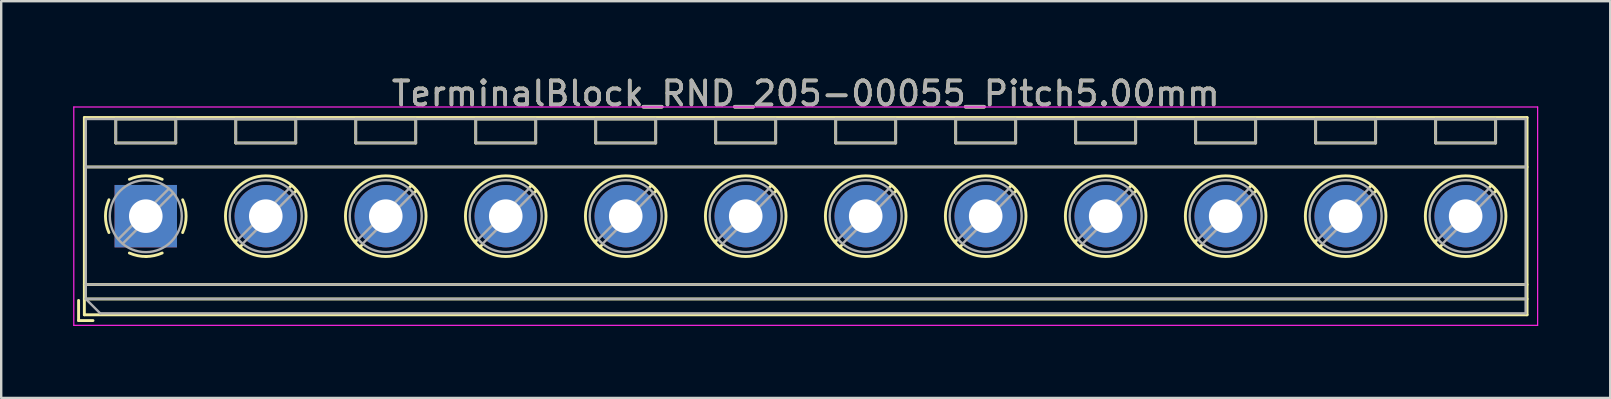
<source format=kicad_pcb>
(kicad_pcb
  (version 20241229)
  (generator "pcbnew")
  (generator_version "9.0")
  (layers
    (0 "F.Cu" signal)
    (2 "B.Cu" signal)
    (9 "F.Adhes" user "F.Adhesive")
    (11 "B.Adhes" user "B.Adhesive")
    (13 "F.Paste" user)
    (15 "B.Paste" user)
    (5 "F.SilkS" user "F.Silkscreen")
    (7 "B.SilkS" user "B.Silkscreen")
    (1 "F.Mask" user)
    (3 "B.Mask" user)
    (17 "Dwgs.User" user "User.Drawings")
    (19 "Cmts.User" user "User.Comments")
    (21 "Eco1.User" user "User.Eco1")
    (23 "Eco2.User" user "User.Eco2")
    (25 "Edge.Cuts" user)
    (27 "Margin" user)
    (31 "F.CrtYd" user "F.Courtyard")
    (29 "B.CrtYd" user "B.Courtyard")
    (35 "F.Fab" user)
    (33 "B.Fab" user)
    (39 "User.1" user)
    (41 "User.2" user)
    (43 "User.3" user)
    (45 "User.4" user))
  (footprint "TerminalBlock_RND_205-00055_Pitch5.00mm"
    (layer "F.Cu")
    (at 3.025 5.958)
    (property "Reference" "TerminalBlock_RND_205-00055_Pitch5.00mm" (at 27.5 -5.11 0) (layer "F.SilkS") (effects (font (size 1 1) (thickness 0.15))))
    (attr through_hole)
    (fp_line (start -2.8 3.51) (end -2.8 4.35) (stroke (width 0.12) (type solid)) (layer "F.SilkS"))
    (fp_line (start -2.8 4.35) (end -2.2 4.35) (stroke (width 0.12) (type solid)) (layer "F.SilkS"))
    (fp_line (start -2.56 -4.11) (end -2.56 4.11) (stroke (width 0.12) (type solid)) (layer "F.SilkS"))
    (fp_line (start -2.56 -2.05) (end 57.56 -2.05) (stroke (width 0.12) (type solid)) (layer "F.SilkS"))
    (fp_line (start -2.56 2.85) (end 57.56 2.85) (stroke (width 0.12) (type solid)) (layer "F.SilkS"))
    (fp_line (start -2.56 3.45) (end 57.56 3.45) (stroke (width 0.12) (type solid)) (layer "F.SilkS"))
    (fp_line (start -2.56 4.11) (end 57.56 4.11) (stroke (width 0.12) (type solid)) (layer "F.SilkS"))
    (fp_line (start -1.25 -4.05) (end -1.25 -3.05) (stroke (width 0.12) (type solid)) (layer "F.SilkS"))
    (fp_line (start -1.25 -4.05) (end 1.25 -4.05) (stroke (width 0.12) (type solid)) (layer "F.SilkS"))
    (fp_line (start -1.25 -3.05) (end 1.25 -3.05) (stroke (width 0.12) (type solid)) (layer "F.SilkS"))
    (fp_line (start 1.25 -4.05) (end 1.25 -3.05) (stroke (width 0.12) (type solid)) (layer "F.SilkS"))
    (fp_line (start 3.75 -4.05) (end 3.75 -3.05) (stroke (width 0.12) (type solid)) (layer "F.SilkS"))
    (fp_line (start 3.75 -4.05) (end 6.25 -4.05) (stroke (width 0.12) (type solid)) (layer "F.SilkS"))
    (fp_line (start 3.75 -3.05) (end 6.25 -3.05) (stroke (width 0.12) (type solid)) (layer "F.SilkS"))
    (fp_line (start 3.82 0.976) (end 3.726 1.069) (stroke (width 0.12) (type solid)) (layer "F.SilkS"))
    (fp_line (start 4.002 1.204) (end 3.931 1.274) (stroke (width 0.12) (type solid)) (layer "F.SilkS"))
    (fp_line (start 6.07 -1.275) (end 5.999 -1.204) (stroke (width 0.12) (type solid)) (layer "F.SilkS"))
    (fp_line (start 6.25 -4.05) (end 6.25 -3.05) (stroke (width 0.12) (type solid)) (layer "F.SilkS"))
    (fp_line (start 6.275 -1.069) (end 6.181 -0.976) (stroke (width 0.12) (type solid)) (layer "F.SilkS"))
    (fp_line (start 8.75 -4.05) (end 8.75 -3.05) (stroke (width 0.12) (type solid)) (layer "F.SilkS"))
    (fp_line (start 8.75 -4.05) (end 11.25 -4.05) (stroke (width 0.12) (type solid)) (layer "F.SilkS"))
    (fp_line (start 8.75 -3.05) (end 11.25 -3.05) (stroke (width 0.12) (type solid)) (layer "F.SilkS"))
    (fp_line (start 8.82 0.976) (end 8.726 1.069) (stroke (width 0.12) (type solid)) (layer "F.SilkS"))
    (fp_line (start 9.002 1.204) (end 8.931 1.274) (stroke (width 0.12) (type solid)) (layer "F.SilkS"))
    (fp_line (start 11.07 -1.275) (end 10.999 -1.204) (stroke (width 0.12) (type solid)) (layer "F.SilkS"))
    (fp_line (start 11.25 -4.05) (end 11.25 -3.05) (stroke (width 0.12) (type solid)) (layer "F.SilkS"))
    (fp_line (start 11.275 -1.069) (end 11.181 -0.976) (stroke (width 0.12) (type solid)) (layer "F.SilkS"))
    (fp_line (start 13.75 -4.05) (end 13.75 -3.05) (stroke (width 0.12) (type solid)) (layer "F.SilkS"))
    (fp_line (start 13.75 -4.05) (end 16.25 -4.05) (stroke (width 0.12) (type solid)) (layer "F.SilkS"))
    (fp_line (start 13.75 -3.05) (end 16.25 -3.05) (stroke (width 0.12) (type solid)) (layer "F.SilkS"))
    (fp_line (start 13.82 0.976) (end 13.726 1.069) (stroke (width 0.12) (type solid)) (layer "F.SilkS"))
    (fp_line (start 14.002 1.204) (end 13.931 1.274) (stroke (width 0.12) (type solid)) (layer "F.SilkS"))
    (fp_line (start 16.07 -1.275) (end 15.999 -1.204) (stroke (width 0.12) (type solid)) (layer "F.SilkS"))
    (fp_line (start 16.25 -4.05) (end 16.25 -3.05) (stroke (width 0.12) (type solid)) (layer "F.SilkS"))
    (fp_line (start 16.275 -1.069) (end 16.181 -0.976) (stroke (width 0.12) (type solid)) (layer "F.SilkS"))
    (fp_line (start 18.75 -4.05) (end 18.75 -3.05) (stroke (width 0.12) (type solid)) (layer "F.SilkS"))
    (fp_line (start 18.75 -4.05) (end 21.25 -4.05) (stroke (width 0.12) (type solid)) (layer "F.SilkS"))
    (fp_line (start 18.75 -3.05) (end 21.25 -3.05) (stroke (width 0.12) (type solid)) (layer "F.SilkS"))
    (fp_line (start 18.82 0.976) (end 18.726 1.069) (stroke (width 0.12) (type solid)) (layer "F.SilkS"))
    (fp_line (start 19.002 1.204) (end 18.931 1.274) (stroke (width 0.12) (type solid)) (layer "F.SilkS"))
    (fp_line (start 21.07 -1.275) (end 20.999 -1.204) (stroke (width 0.12) (type solid)) (layer "F.SilkS"))
    (fp_line (start 21.25 -4.05) (end 21.25 -3.05) (stroke (width 0.12) (type solid)) (layer "F.SilkS"))
    (fp_line (start 21.275 -1.069) (end 21.181 -0.976) (stroke (width 0.12) (type solid)) (layer "F.SilkS"))
    (fp_line (start 23.75 -4.05) (end 23.75 -3.05) (stroke (width 0.12) (type solid)) (layer "F.SilkS"))
    (fp_line (start 23.75 -4.05) (end 26.25 -4.05) (stroke (width 0.12) (type solid)) (layer "F.SilkS"))
    (fp_line (start 23.75 -3.05) (end 26.25 -3.05) (stroke (width 0.12) (type solid)) (layer "F.SilkS"))
    (fp_line (start 23.82 0.976) (end 23.726 1.069) (stroke (width 0.12) (type solid)) (layer "F.SilkS"))
    (fp_line (start 24.002 1.204) (end 23.931 1.274) (stroke (width 0.12) (type solid)) (layer "F.SilkS"))
    (fp_line (start 26.07 -1.275) (end 25.999 -1.204) (stroke (width 0.12) (type solid)) (layer "F.SilkS"))
    (fp_line (start 26.25 -4.05) (end 26.25 -3.05) (stroke (width 0.12) (type solid)) (layer "F.SilkS"))
    (fp_line (start 26.275 -1.069) (end 26.181 -0.976) (stroke (width 0.12) (type solid)) (layer "F.SilkS"))
    (fp_line (start 28.75 -4.05) (end 28.75 -3.05) (stroke (width 0.12) (type solid)) (layer "F.SilkS"))
    (fp_line (start 28.75 -4.05) (end 31.25 -4.05) (stroke (width 0.12) (type solid)) (layer "F.SilkS"))
    (fp_line (start 28.75 -3.05) (end 31.25 -3.05) (stroke (width 0.12) (type solid)) (layer "F.SilkS"))
    (fp_line (start 28.82 0.976) (end 28.726 1.069) (stroke (width 0.12) (type solid)) (layer "F.SilkS"))
    (fp_line (start 29.002 1.204) (end 28.931 1.274) (stroke (width 0.12) (type solid)) (layer "F.SilkS"))
    (fp_line (start 31.07 -1.275) (end 30.999 -1.204) (stroke (width 0.12) (type solid)) (layer "F.SilkS"))
    (fp_line (start 31.25 -4.05) (end 31.25 -3.05) (stroke (width 0.12) (type solid)) (layer "F.SilkS"))
    (fp_line (start 31.275 -1.069) (end 31.181 -0.976) (stroke (width 0.12) (type solid)) (layer "F.SilkS"))
    (fp_line (start 33.75 -4.05) (end 33.75 -3.05) (stroke (width 0.12) (type solid)) (layer "F.SilkS"))
    (fp_line (start 33.75 -4.05) (end 36.25 -4.05) (stroke (width 0.12) (type solid)) (layer "F.SilkS"))
    (fp_line (start 33.75 -3.05) (end 36.25 -3.05) (stroke (width 0.12) (type solid)) (layer "F.SilkS"))
    (fp_line (start 33.82 0.976) (end 33.726 1.069) (stroke (width 0.12) (type solid)) (layer "F.SilkS"))
    (fp_line (start 34.002 1.204) (end 33.931 1.274) (stroke (width 0.12) (type solid)) (layer "F.SilkS"))
    (fp_line (start 36.07 -1.275) (end 35.999 -1.204) (stroke (width 0.12) (type solid)) (layer "F.SilkS"))
    (fp_line (start 36.25 -4.05) (end 36.25 -3.05) (stroke (width 0.12) (type solid)) (layer "F.SilkS"))
    (fp_line (start 36.275 -1.069) (end 36.181 -0.976) (stroke (width 0.12) (type solid)) (layer "F.SilkS"))
    (fp_line (start 38.75 -4.05) (end 38.75 -3.05) (stroke (width 0.12) (type solid)) (layer "F.SilkS"))
    (fp_line (start 38.75 -4.05) (end 41.25 -4.05) (stroke (width 0.12) (type solid)) (layer "F.SilkS"))
    (fp_line (start 38.75 -3.05) (end 41.25 -3.05) (stroke (width 0.12) (type solid)) (layer "F.SilkS"))
    (fp_line (start 38.82 0.976) (end 38.726 1.069) (stroke (width 0.12) (type solid)) (layer "F.SilkS"))
    (fp_line (start 39.002 1.204) (end 38.931 1.274) (stroke (width 0.12) (type solid)) (layer "F.SilkS"))
    (fp_line (start 41.07 -1.275) (end 40.999 -1.204) (stroke (width 0.12) (type solid)) (layer "F.SilkS"))
    (fp_line (start 41.25 -4.05) (end 41.25 -3.05) (stroke (width 0.12) (type solid)) (layer "F.SilkS"))
    (fp_line (start 41.275 -1.069) (end 41.181 -0.976) (stroke (width 0.12) (type solid)) (layer "F.SilkS"))
    (fp_line (start 43.75 -4.05) (end 43.75 -3.05) (stroke (width 0.12) (type solid)) (layer "F.SilkS"))
    (fp_line (start 43.75 -4.05) (end 46.25 -4.05) (stroke (width 0.12) (type solid)) (layer "F.SilkS"))
    (fp_line (start 43.75 -3.05) (end 46.25 -3.05) (stroke (width 0.12) (type solid)) (layer "F.SilkS"))
    (fp_line (start 43.82 0.976) (end 43.726 1.069) (stroke (width 0.12) (type solid)) (layer "F.SilkS"))
    (fp_line (start 44.002 1.204) (end 43.931 1.274) (stroke (width 0.12) (type solid)) (layer "F.SilkS"))
    (fp_line (start 46.07 -1.275) (end 45.999 -1.204) (stroke (width 0.12) (type solid)) (layer "F.SilkS"))
    (fp_line (start 46.25 -4.05) (end 46.25 -3.05) (stroke (width 0.12) (type solid)) (layer "F.SilkS"))
    (fp_line (start 46.275 -1.069) (end 46.181 -0.976) (stroke (width 0.12) (type solid)) (layer "F.SilkS"))
    (fp_line (start 48.75 -4.05) (end 48.75 -3.05) (stroke (width 0.12) (type solid)) (layer "F.SilkS"))
    (fp_line (start 48.75 -4.05) (end 51.25 -4.05) (stroke (width 0.12) (type solid)) (layer "F.SilkS"))
    (fp_line (start 48.75 -3.05) (end 51.25 -3.05) (stroke (width 0.12) (type solid)) (layer "F.SilkS"))
    (fp_line (start 48.82 0.976) (end 48.726 1.069) (stroke (width 0.12) (type solid)) (layer "F.SilkS"))
    (fp_line (start 49.002 1.204) (end 48.931 1.274) (stroke (width 0.12) (type solid)) (layer "F.SilkS"))
    (fp_line (start 51.07 -1.275) (end 50.999 -1.204) (stroke (width 0.12) (type solid)) (layer "F.SilkS"))
    (fp_line (start 51.25 -4.05) (end 51.25 -3.05) (stroke (width 0.12) (type solid)) (layer "F.SilkS"))
    (fp_line (start 51.275 -1.069) (end 51.181 -0.976) (stroke (width 0.12) (type solid)) (layer "F.SilkS"))
    (fp_line (start 53.75 -4.05) (end 53.75 -3.05) (stroke (width 0.12) (type solid)) (layer "F.SilkS"))
    (fp_line (start 53.75 -4.05) (end 56.25 -4.05) (stroke (width 0.12) (type solid)) (layer "F.SilkS"))
    (fp_line (start 53.75 -3.05) (end 56.25 -3.05) (stroke (width 0.12) (type solid)) (layer "F.SilkS"))
    (fp_line (start 53.82 0.976) (end 53.726 1.069) (stroke (width 0.12) (type solid)) (layer "F.SilkS"))
    (fp_line (start 54.002 1.204) (end 53.931 1.274) (stroke (width 0.12) (type solid)) (layer "F.SilkS"))
    (fp_line (start 56.07 -1.275) (end 55.999 -1.204) (stroke (width 0.12) (type solid)) (layer "F.SilkS"))
    (fp_line (start 56.25 -4.05) (end 56.25 -3.05) (stroke (width 0.12) (type solid)) (layer "F.SilkS"))
    (fp_line (start 56.275 -1.069) (end 56.181 -0.976) (stroke (width 0.12) (type solid)) (layer "F.SilkS"))
    (fp_line (start 57.56 -4.11) (end -2.56 -4.11) (stroke (width 0.12) (type solid)) (layer "F.SilkS"))
    (fp_line (start 57.56 4.11) (end 57.56 -4.11) (stroke (width 0.12) (type solid)) (layer "F.SilkS"))
    (fp_arc (start -1.535427 0.683042) (mid -1.680501 -0.000524) (end -1.535 -0.684) (stroke (width 0.12) (type solid)) (layer "F.SilkS"))
    (fp_arc (start -0.683042 -1.535427) (mid 0.000524 -1.680501) (end 0.684 -1.535) (stroke (width 0.12) (type solid)) (layer "F.SilkS"))
    (fp_arc (start 0.028805 1.680253) (mid -0.335551 1.646659) (end -0.684 1.535) (stroke (width 0.12) (type solid)) (layer "F.SilkS"))
    (fp_arc (start 0.683318 1.534756) (mid 0.349292 1.643288) (end 0 1.68) (stroke (width 0.12) (type solid)) (layer "F.SilkS"))
    (fp_arc (start 1.535427 -0.683042) (mid 1.680501 0.000524) (end 1.535 0.684) (stroke (width 0.12) (type solid)) (layer "F.SilkS"))
    (fp_circle (center 5 0) (end 6.68 0) (stroke (width 0.12) (type solid)) (fill no) (layer "F.SilkS"))
    (fp_circle (center 10 0) (end 11.68 0) (stroke (width 0.12) (type solid)) (fill no) (layer "F.SilkS"))
    (fp_circle (center 15 0) (end 16.68 0) (stroke (width 0.12) (type solid)) (fill no) (layer "F.SilkS"))
    (fp_circle (center 20 0) (end 21.68 0) (stroke (width 0.12) (type solid)) (fill no) (layer "F.SilkS"))
    (fp_circle (center 25 0) (end 26.68 0) (stroke (width 0.12) (type solid)) (fill no) (layer "F.SilkS"))
    (fp_circle (center 30 0) (end 31.68 0) (stroke (width 0.12) (type solid)) (fill no) (layer "F.SilkS"))
    (fp_circle (center 35 0) (end 36.68 0) (stroke (width 0.12) (type solid)) (fill no) (layer "F.SilkS"))
    (fp_circle (center 40 0) (end 41.68 0) (stroke (width 0.12) (type solid)) (fill no) (layer "F.SilkS"))
    (fp_circle (center 45 0) (end 46.68 0) (stroke (width 0.12) (type solid)) (fill no) (layer "F.SilkS"))
    (fp_circle (center 50 0) (end 51.68 0) (stroke (width 0.12) (type solid)) (fill no) (layer "F.SilkS"))
    (fp_circle (center 55 0) (end 56.68 0) (stroke (width 0.12) (type solid)) (fill no) (layer "F.SilkS"))
    (fp_line (start -3 -4.55) (end -3 4.55) (stroke (width 0.05) (type solid)) (layer "F.CrtYd"))
    (fp_line (start -3 4.55) (end 58 4.55) (stroke (width 0.05) (type solid)) (layer "F.CrtYd"))
    (fp_line (start 58 -4.55) (end -3 -4.55) (stroke (width 0.05) (type solid)) (layer "F.CrtYd"))
    (fp_line (start 58 4.55) (end 58 -4.55) (stroke (width 0.05) (type solid)) (layer "F.CrtYd"))
    (fp_line (start -2.5 -4.05) (end 57.5 -4.05) (stroke (width 0.1) (type solid)) (layer "F.Fab"))
    (fp_line (start -2.5 -2.05) (end 57.5 -2.05) (stroke (width 0.1) (type solid)) (layer "F.Fab"))
    (fp_line (start -2.5 2.85) (end 57.5 2.85) (stroke (width 0.1) (type solid)) (layer "F.Fab"))
    (fp_line (start -2.5 3.45) (end -2.5 -4.05) (stroke (width 0.1) (type solid)) (layer "F.Fab"))
    (fp_line (start -2.5 3.45) (end 57.5 3.45) (stroke (width 0.1) (type solid)) (layer "F.Fab"))
    (fp_line (start -1.9 4.05) (end -2.5 3.45) (stroke (width 0.1) (type solid)) (layer "F.Fab"))
    (fp_line (start -1.25 -4.05) (end -1.25 -3.05) (stroke (width 0.1) (type solid)) (layer "F.Fab"))
    (fp_line (start -1.25 -3.05) (end 1.25 -3.05) (stroke (width 0.1) (type solid)) (layer "F.Fab"))
    (fp_line (start 0.955 -1.138) (end -1.138 0.955) (stroke (width 0.1) (type solid)) (layer "F.Fab"))
    (fp_line (start 1.138 -0.955) (end -0.955 1.138) (stroke (width 0.1) (type solid)) (layer "F.Fab"))
    (fp_line (start 1.25 -4.05) (end -1.25 -4.05) (stroke (width 0.1) (type solid)) (layer "F.Fab"))
    (fp_line (start 1.25 -3.05) (end 1.25 -4.05) (stroke (width 0.1) (type solid)) (layer "F.Fab"))
    (fp_line (start 3.75 -4.05) (end 3.75 -3.05) (stroke (width 0.1) (type solid)) (layer "F.Fab"))
    (fp_line (start 3.75 -3.05) (end 6.25 -3.05) (stroke (width 0.1) (type solid)) (layer "F.Fab"))
    (fp_line (start 5.955 -1.138) (end 3.863 0.955) (stroke (width 0.1) (type solid)) (layer "F.Fab"))
    (fp_line (start 6.138 -0.955) (end 4.046 1.138) (stroke (width 0.1) (type solid)) (layer "F.Fab"))
    (fp_line (start 6.25 -4.05) (end 3.75 -4.05) (stroke (width 0.1) (type solid)) (layer "F.Fab"))
    (fp_line (start 6.25 -3.05) (end 6.25 -4.05) (stroke (width 0.1) (type solid)) (layer "F.Fab"))
    (fp_line (start 8.75 -4.05) (end 8.75 -3.05) (stroke (width 0.1) (type solid)) (layer "F.Fab"))
    (fp_line (start 8.75 -3.05) (end 11.25 -3.05) (stroke (width 0.1) (type solid)) (layer "F.Fab"))
    (fp_line (start 10.955 -1.138) (end 8.863 0.955) (stroke (width 0.1) (type solid)) (layer "F.Fab"))
    (fp_line (start 11.138 -0.955) (end 9.046 1.138) (stroke (width 0.1) (type solid)) (layer "F.Fab"))
    (fp_line (start 11.25 -4.05) (end 8.75 -4.05) (stroke (width 0.1) (type solid)) (layer "F.Fab"))
    (fp_line (start 11.25 -3.05) (end 11.25 -4.05) (stroke (width 0.1) (type solid)) (layer "F.Fab"))
    (fp_line (start 13.75 -4.05) (end 13.75 -3.05) (stroke (width 0.1) (type solid)) (layer "F.Fab"))
    (fp_line (start 13.75 -3.05) (end 16.25 -3.05) (stroke (width 0.1) (type solid)) (layer "F.Fab"))
    (fp_line (start 15.955 -1.138) (end 13.863 0.955) (stroke (width 0.1) (type solid)) (layer "F.Fab"))
    (fp_line (start 16.138 -0.955) (end 14.046 1.138) (stroke (width 0.1) (type solid)) (layer "F.Fab"))
    (fp_line (start 16.25 -4.05) (end 13.75 -4.05) (stroke (width 0.1) (type solid)) (layer "F.Fab"))
    (fp_line (start 16.25 -3.05) (end 16.25 -4.05) (stroke (width 0.1) (type solid)) (layer "F.Fab"))
    (fp_line (start 18.75 -4.05) (end 18.75 -3.05) (stroke (width 0.1) (type solid)) (layer "F.Fab"))
    (fp_line (start 18.75 -3.05) (end 21.25 -3.05) (stroke (width 0.1) (type solid)) (layer "F.Fab"))
    (fp_line (start 20.955 -1.138) (end 18.863 0.955) (stroke (width 0.1) (type solid)) (layer "F.Fab"))
    (fp_line (start 21.138 -0.955) (end 19.046 1.138) (stroke (width 0.1) (type solid)) (layer "F.Fab"))
    (fp_line (start 21.25 -4.05) (end 18.75 -4.05) (stroke (width 0.1) (type solid)) (layer "F.Fab"))
    (fp_line (start 21.25 -3.05) (end 21.25 -4.05) (stroke (width 0.1) (type solid)) (layer "F.Fab"))
    (fp_line (start 23.75 -4.05) (end 23.75 -3.05) (stroke (width 0.1) (type solid)) (layer "F.Fab"))
    (fp_line (start 23.75 -3.05) (end 26.25 -3.05) (stroke (width 0.1) (type solid)) (layer "F.Fab"))
    (fp_line (start 25.955 -1.138) (end 23.863 0.955) (stroke (width 0.1) (type solid)) (layer "F.Fab"))
    (fp_line (start 26.138 -0.955) (end 24.046 1.138) (stroke (width 0.1) (type solid)) (layer "F.Fab"))
    (fp_line (start 26.25 -4.05) (end 23.75 -4.05) (stroke (width 0.1) (type solid)) (layer "F.Fab"))
    (fp_line (start 26.25 -3.05) (end 26.25 -4.05) (stroke (width 0.1) (type solid)) (layer "F.Fab"))
    (fp_line (start 28.75 -4.05) (end 28.75 -3.05) (stroke (width 0.1) (type solid)) (layer "F.Fab"))
    (fp_line (start 28.75 -3.05) (end 31.25 -3.05) (stroke (width 0.1) (type solid)) (layer "F.Fab"))
    (fp_line (start 30.955 -1.138) (end 28.863 0.955) (stroke (width 0.1) (type solid)) (layer "F.Fab"))
    (fp_line (start 31.138 -0.955) (end 29.046 1.138) (stroke (width 0.1) (type solid)) (layer "F.Fab"))
    (fp_line (start 31.25 -4.05) (end 28.75 -4.05) (stroke (width 0.1) (type solid)) (layer "F.Fab"))
    (fp_line (start 31.25 -3.05) (end 31.25 -4.05) (stroke (width 0.1) (type solid)) (layer "F.Fab"))
    (fp_line (start 33.75 -4.05) (end 33.75 -3.05) (stroke (width 0.1) (type solid)) (layer "F.Fab"))
    (fp_line (start 33.75 -3.05) (end 36.25 -3.05) (stroke (width 0.1) (type solid)) (layer "F.Fab"))
    (fp_line (start 35.955 -1.138) (end 33.863 0.955) (stroke (width 0.1) (type solid)) (layer "F.Fab"))
    (fp_line (start 36.138 -0.955) (end 34.046 1.138) (stroke (width 0.1) (type solid)) (layer "F.Fab"))
    (fp_line (start 36.25 -4.05) (end 33.75 -4.05) (stroke (width 0.1) (type solid)) (layer "F.Fab"))
    (fp_line (start 36.25 -3.05) (end 36.25 -4.05) (stroke (width 0.1) (type solid)) (layer "F.Fab"))
    (fp_line (start 38.75 -4.05) (end 38.75 -3.05) (stroke (width 0.1) (type solid)) (layer "F.Fab"))
    (fp_line (start 38.75 -3.05) (end 41.25 -3.05) (stroke (width 0.1) (type solid)) (layer "F.Fab"))
    (fp_line (start 40.955 -1.138) (end 38.863 0.955) (stroke (width 0.1) (type solid)) (layer "F.Fab"))
    (fp_line (start 41.138 -0.955) (end 39.046 1.138) (stroke (width 0.1) (type solid)) (layer "F.Fab"))
    (fp_line (start 41.25 -4.05) (end 38.75 -4.05) (stroke (width 0.1) (type solid)) (layer "F.Fab"))
    (fp_line (start 41.25 -3.05) (end 41.25 -4.05) (stroke (width 0.1) (type solid)) (layer "F.Fab"))
    (fp_line (start 43.75 -4.05) (end 43.75 -3.05) (stroke (width 0.1) (type solid)) (layer "F.Fab"))
    (fp_line (start 43.75 -3.05) (end 46.25 -3.05) (stroke (width 0.1) (type solid)) (layer "F.Fab"))
    (fp_line (start 45.955 -1.138) (end 43.863 0.955) (stroke (width 0.1) (type solid)) (layer "F.Fab"))
    (fp_line (start 46.138 -0.955) (end 44.046 1.138) (stroke (width 0.1) (type solid)) (layer "F.Fab"))
    (fp_line (start 46.25 -4.05) (end 43.75 -4.05) (stroke (width 0.1) (type solid)) (layer "F.Fab"))
    (fp_line (start 46.25 -3.05) (end 46.25 -4.05) (stroke (width 0.1) (type solid)) (layer "F.Fab"))
    (fp_line (start 48.75 -4.05) (end 48.75 -3.05) (stroke (width 0.1) (type solid)) (layer "F.Fab"))
    (fp_line (start 48.75 -3.05) (end 51.25 -3.05) (stroke (width 0.1) (type solid)) (layer "F.Fab"))
    (fp_line (start 50.955 -1.138) (end 48.863 0.955) (stroke (width 0.1) (type solid)) (layer "F.Fab"))
    (fp_line (start 51.138 -0.955) (end 49.046 1.138) (stroke (width 0.1) (type solid)) (layer "F.Fab"))
    (fp_line (start 51.25 -4.05) (end 48.75 -4.05) (stroke (width 0.1) (type solid)) (layer "F.Fab"))
    (fp_line (start 51.25 -3.05) (end 51.25 -4.05) (stroke (width 0.1) (type solid)) (layer "F.Fab"))
    (fp_line (start 53.75 -4.05) (end 53.75 -3.05) (stroke (width 0.1) (type solid)) (layer "F.Fab"))
    (fp_line (start 53.75 -3.05) (end 56.25 -3.05) (stroke (width 0.1) (type solid)) (layer "F.Fab"))
    (fp_line (start 55.955 -1.138) (end 53.863 0.955) (stroke (width 0.1) (type solid)) (layer "F.Fab"))
    (fp_line (start 56.138 -0.955) (end 54.046 1.138) (stroke (width 0.1) (type solid)) (layer "F.Fab"))
    (fp_line (start 56.25 -4.05) (end 53.75 -4.05) (stroke (width 0.1) (type solid)) (layer "F.Fab"))
    (fp_line (start 56.25 -3.05) (end 56.25 -4.05) (stroke (width 0.1) (type solid)) (layer "F.Fab"))
    (fp_line (start 57.5 -4.05) (end 57.5 4.05) (stroke (width 0.1) (type solid)) (layer "F.Fab"))
    (fp_line (start 57.5 4.05) (end -1.9 4.05) (stroke (width 0.1) (type solid)) (layer "F.Fab"))
    (fp_circle (center 0 0) (end 1.5 0) (stroke (width 0.1) (type solid)) (fill no) (layer "F.Fab"))
    (fp_circle (center 5 0) (end 6.5 0) (stroke (width 0.1) (type solid)) (fill no) (layer "F.Fab"))
    (fp_circle (center 10 0) (end 11.5 0) (stroke (width 0.1) (type solid)) (fill no) (layer "F.Fab"))
    (fp_circle (center 15 0) (end 16.5 0) (stroke (width 0.1) (type solid)) (fill no) (layer "F.Fab"))
    (fp_circle (center 20 0) (end 21.5 0) (stroke (width 0.1) (type solid)) (fill no) (layer "F.Fab"))
    (fp_circle (center 25 0) (end 26.5 0) (stroke (width 0.1) (type solid)) (fill no) (layer "F.Fab"))
    (fp_circle (center 30 0) (end 31.5 0) (stroke (width 0.1) (type solid)) (fill no) (layer "F.Fab"))
    (fp_circle (center 35 0) (end 36.5 0) (stroke (width 0.1) (type solid)) (fill no) (layer "F.Fab"))
    (fp_circle (center 40 0) (end 41.5 0) (stroke (width 0.1) (type solid)) (fill no) (layer "F.Fab"))
    (fp_circle (center 45 0) (end 46.5 0) (stroke (width 0.1) (type solid)) (fill no) (layer "F.Fab"))
    (fp_circle (center 50 0) (end 51.5 0) (stroke (width 0.1) (type solid)) (fill no) (layer "F.Fab"))
    (fp_circle (center 55 0) (end 56.5 0) (stroke (width 0.1) (type solid)) (fill no) (layer "F.Fab"))
    (fp_text user "${REFERENCE}" (at 27.5 -5.11 0) (layer "F.Fab") (effects (font (size 1 1) (thickness 0.15))))
    (pad "1" thru_hole rect (at 0 0) (size 2.6 2.6) (drill 1.4) (layers "*.Cu" "*.Mask"))
    (pad "2" thru_hole oval (at 5 0) (size 2.6 2.6) (drill 1.4) (layers "*.Cu" "*.Mask"))
    (pad "3" thru_hole oval (at 10 0) (size 2.6 2.6) (drill 1.4) (layers "*.Cu" "*.Mask"))
    (pad "4" thru_hole oval (at 15 0) (size 2.6 2.6) (drill 1.4) (layers "*.Cu" "*.Mask"))
    (pad "5" thru_hole oval (at 20 0) (size 2.6 2.6) (drill 1.4) (layers "*.Cu" "*.Mask"))
    (pad "6" thru_hole oval (at 25 0) (size 2.6 2.6) (drill 1.4) (layers "*.Cu" "*.Mask"))
    (pad "7" thru_hole oval (at 30 0) (size 2.6 2.6) (drill 1.4) (layers "*.Cu" "*.Mask"))
    (pad "8" thru_hole oval (at 35 0) (size 2.6 2.6) (drill 1.4) (layers "*.Cu" "*.Mask"))
    (pad "9" thru_hole oval (at 40 0) (size 2.6 2.6) (drill 1.4) (layers "*.Cu" "*.Mask"))
    (pad "10" thru_hole oval (at 45 0) (size 2.6 2.6) (drill 1.4) (layers "*.Cu" "*.Mask"))
    (pad "11" thru_hole oval (at 50 0) (size 2.6 2.6) (drill 1.4) (layers "*.Cu" "*.Mask"))
    (pad "12" thru_hole oval (at 55 0) (size 2.6 2.6) (drill 1.4) (layers "*.Cu" "*.Mask")))
  (gr_rect
    (start -3 -3)
    (end 64.05 13.533)
    (stroke (width 0.1) (type default))
    (fill no)
    (layer "Edge.Cuts")))
</source>
